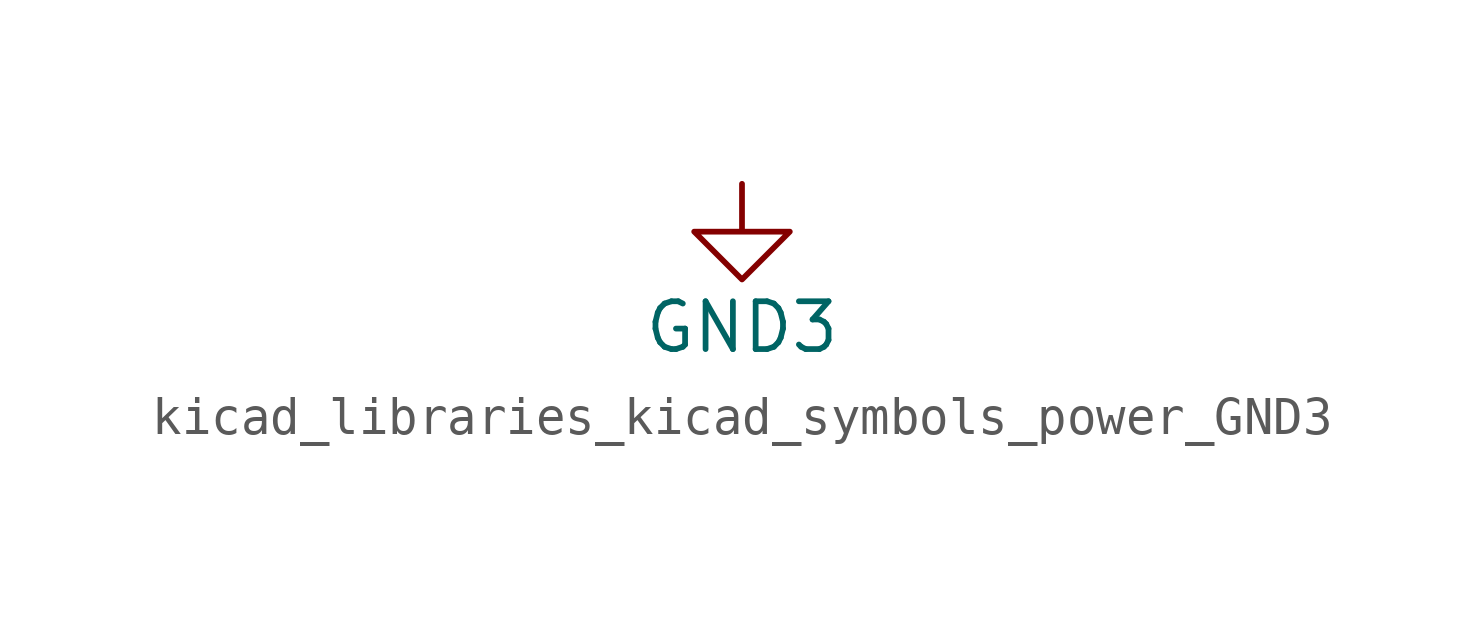
<source format=kicad_sym>
(kicad_symbol_lib
  (version 20220914)
  (generator kicad_symbol_editor)
  (symbol "kicad_libraries_kicad_symbols_power_GND3"
    (power)
    (pin_names
      (offset 0))
    (property "Reference" "#PWR"
      (at 0 -6.35 0)
      (effects (font (size 1.27 1.27)) hide))
    (property "Value" "GND3"
      (at 0 -3.81 0)
      (effects (font (size 1.27 1.27))))
    (symbol "kicad_libraries_kicad_symbols_power_GND3_0_1"
      (polyline (pts (xy 0 0) (xy 0 -1.27) (xy 1.27 -1.27) (xy 0 -2.54) (xy -1.27 -1.27) (xy 0 -1.27)) (stroke (width 0) (type default)) (fill (type none))))
    (symbol "kicad_libraries_kicad_symbols_power_GND3_1_1"
      (pin power_in line (at 0 0 270) (length 0) hide (name "GND3" (effects (font (size 1.27 1.27)))) (number "1" (effects (font (size 1.27 1.27))))))))
</source>
